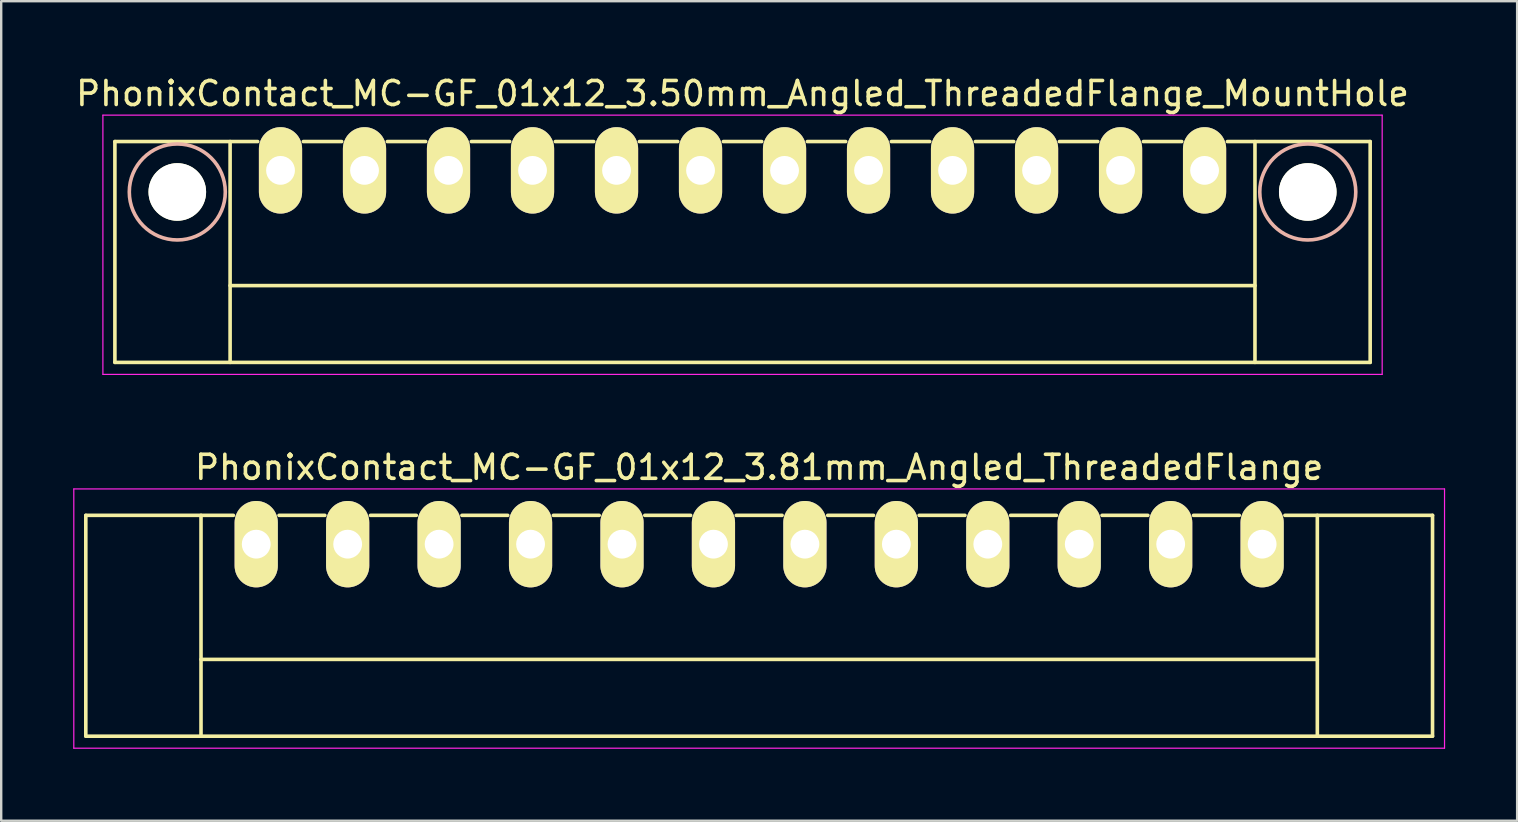
<source format=kicad_pcb>
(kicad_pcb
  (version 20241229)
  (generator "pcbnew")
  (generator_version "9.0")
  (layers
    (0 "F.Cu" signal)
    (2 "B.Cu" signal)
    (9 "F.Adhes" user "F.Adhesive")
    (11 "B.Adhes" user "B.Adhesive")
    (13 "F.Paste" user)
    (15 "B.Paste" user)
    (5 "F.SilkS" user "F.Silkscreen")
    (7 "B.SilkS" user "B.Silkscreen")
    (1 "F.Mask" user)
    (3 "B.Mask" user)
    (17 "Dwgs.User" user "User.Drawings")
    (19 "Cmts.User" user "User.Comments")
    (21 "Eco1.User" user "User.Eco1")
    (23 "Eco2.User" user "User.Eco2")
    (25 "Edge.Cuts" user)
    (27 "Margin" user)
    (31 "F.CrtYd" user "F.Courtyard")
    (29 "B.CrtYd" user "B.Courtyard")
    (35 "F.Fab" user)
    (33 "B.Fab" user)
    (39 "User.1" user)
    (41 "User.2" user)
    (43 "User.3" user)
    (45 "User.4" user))
  (footprint "PhonixContact_MC-GF_01x12_3.50mm_Angled_ThreadedFlange_MountHole"
    (layer "F.Cu")
    (at 8.637 4.048)
    (property "Reference" "PhonixContact_MC-GF_01x12_3.50mm_Angled_ThreadedFlange_MountHole" (at 19.25 -3.2 0) (layer "F.SilkS") (effects (font (size 1 1) (thickness 0.15))))
    (attr through_hole)
    (fp_line (start -6.9 -1.2) (end -6.9 8) (stroke (width 0.15) (type solid)) (layer "F.SilkS"))
    (fp_line (start -6.9 -1.2) (end -0.95 -1.2) (stroke (width 0.15) (type solid)) (layer "F.SilkS"))
    (fp_line (start -6.9 8) (end 45.4 8) (stroke (width 0.15) (type solid)) (layer "F.SilkS"))
    (fp_line (start -2.1 -1.2) (end -2.1 8) (stroke (width 0.15) (type solid)) (layer "F.SilkS"))
    (fp_line (start -2.1 4.8) (end 40.6 4.8) (stroke (width 0.15) (type solid)) (layer "F.SilkS"))
    (fp_line (start 0.95 -1.2) (end 2.55 -1.2) (stroke (width 0.15) (type solid)) (layer "F.SilkS"))
    (fp_line (start 4.45 -1.2) (end 6.05 -1.2) (stroke (width 0.15) (type solid)) (layer "F.SilkS"))
    (fp_line (start 7.95 -1.2) (end 9.55 -1.2) (stroke (width 0.15) (type solid)) (layer "F.SilkS"))
    (fp_line (start 11.45 -1.2) (end 13.05 -1.2) (stroke (width 0.15) (type solid)) (layer "F.SilkS"))
    (fp_line (start 14.95 -1.2) (end 16.55 -1.2) (stroke (width 0.15) (type solid)) (layer "F.SilkS"))
    (fp_line (start 18.45 -1.2) (end 20.05 -1.2) (stroke (width 0.15) (type solid)) (layer "F.SilkS"))
    (fp_line (start 21.95 -1.2) (end 23.55 -1.2) (stroke (width 0.15) (type solid)) (layer "F.SilkS"))
    (fp_line (start 25.45 -1.2) (end 27.05 -1.2) (stroke (width 0.15) (type solid)) (layer "F.SilkS"))
    (fp_line (start 28.95 -1.2) (end 30.55 -1.2) (stroke (width 0.15) (type solid)) (layer "F.SilkS"))
    (fp_line (start 32.45 -1.2) (end 34.05 -1.2) (stroke (width 0.15) (type solid)) (layer "F.SilkS"))
    (fp_line (start 35.95 -1.2) (end 37.55 -1.2) (stroke (width 0.15) (type solid)) (layer "F.SilkS"))
    (fp_line (start 40.6 -1.2) (end 40.6 8) (stroke (width 0.15) (type solid)) (layer "F.SilkS"))
    (fp_line (start 45.4 -1.2) (end 39.45 -1.2) (stroke (width 0.15) (type solid)) (layer "F.SilkS"))
    (fp_line (start 45.4 8) (end 45.4 -1.2) (stroke (width 0.15) (type solid)) (layer "F.SilkS"))
    (fp_circle (center -4.3 0.9) (end -2.3 0.9) (stroke (width 0.15) (type solid)) (fill no) (layer "B.SilkS"))
    (fp_circle (center 42.8 0.9) (end 44.8 0.9) (stroke (width 0.15) (type solid)) (fill no) (layer "B.SilkS"))
    (fp_line (start -7.4 -2.3) (end -7.4 8.5) (stroke (width 0.05) (type solid)) (layer "F.CrtYd"))
    (fp_line (start -7.4 8.5) (end 45.9 8.5) (stroke (width 0.05) (type solid)) (layer "F.CrtYd"))
    (fp_line (start 45.9 -2.3) (end -7.4 -2.3) (stroke (width 0.05) (type solid)) (layer "F.CrtYd"))
    (fp_line (start 45.9 8.5) (end 45.9 -2.3) (stroke (width 0.05) (type solid)) (layer "F.CrtYd"))
    (pad "" np_thru_hole circle (at -4.3 0.9) (size 2.4 2.4) (drill 2.4) (layers "*.Cu" "*.Mask" "F.SilkS"))
    (pad "" np_thru_hole circle (at 42.8 0.9) (size 2.4 2.4) (drill 2.4) (layers "*.Cu" "*.Mask" "F.SilkS"))
    (pad "1" thru_hole oval (at 0 0) (size 1.8 3.6) (drill 1.2) (layers "*.Cu" "*.Mask" "F.SilkS"))
    (pad "2" thru_hole oval (at 3.5 0) (size 1.8 3.6) (drill 1.2) (layers "*.Cu" "*.Mask" "F.SilkS"))
    (pad "3" thru_hole oval (at 7 0) (size 1.8 3.6) (drill 1.2) (layers "*.Cu" "*.Mask" "F.SilkS"))
    (pad "4" thru_hole oval (at 10.5 0) (size 1.8 3.6) (drill 1.2) (layers "*.Cu" "*.Mask" "F.SilkS"))
    (pad "5" thru_hole oval (at 14 0) (size 1.8 3.6) (drill 1.2) (layers "*.Cu" "*.Mask" "F.SilkS"))
    (pad "6" thru_hole oval (at 17.5 0) (size 1.8 3.6) (drill 1.2) (layers "*.Cu" "*.Mask" "F.SilkS"))
    (pad "7" thru_hole oval (at 21 0) (size 1.8 3.6) (drill 1.2) (layers "*.Cu" "*.Mask" "F.SilkS"))
    (pad "8" thru_hole oval (at 24.5 0) (size 1.8 3.6) (drill 1.2) (layers "*.Cu" "*.Mask" "F.SilkS"))
    (pad "9" thru_hole oval (at 28 0) (size 1.8 3.6) (drill 1.2) (layers "*.Cu" "*.Mask" "F.SilkS"))
    (pad "10" thru_hole oval (at 31.5 0) (size 1.8 3.6) (drill 1.2) (layers "*.Cu" "*.Mask" "F.SilkS"))
    (pad "11" thru_hole oval (at 35 0) (size 1.8 3.6) (drill 1.2) (layers "*.Cu" "*.Mask" "F.SilkS"))
    (pad "12" thru_hole oval (at 38.5 0) (size 1.8 3.6) (drill 1.2) (layers "*.Cu" "*.Mask" "F.SilkS")))
  (footprint "PhonixContact_MC-GF_01x12_3.81mm_Angled_ThreadedFlange"
    (layer "F.Cu")
    (at 7.625 19.622)
    (property "Reference" "PhonixContact_MC-GF_01x12_3.81mm_Angled_ThreadedFlange" (at 20.955 -3.2 0) (layer "F.SilkS") (effects (font (size 1 1) (thickness 0.15))))
    (attr through_hole)
    (fp_line (start -7.1 -1.2) (end -7.1 8) (stroke (width 0.15) (type solid)) (layer "F.SilkS"))
    (fp_line (start -7.1 -1.2) (end -0.95 -1.2) (stroke (width 0.15) (type solid)) (layer "F.SilkS"))
    (fp_line (start -7.1 8) (end 49.01 8) (stroke (width 0.15) (type solid)) (layer "F.SilkS"))
    (fp_line (start -2.3 -1.2) (end -2.3 8) (stroke (width 0.15) (type solid)) (layer "F.SilkS"))
    (fp_line (start -2.3 4.8) (end 44.21 4.8) (stroke (width 0.15) (type solid)) (layer "F.SilkS"))
    (fp_line (start 0.95 -1.2) (end 2.86 -1.2) (stroke (width 0.15) (type solid)) (layer "F.SilkS"))
    (fp_line (start 4.76 -1.2) (end 6.67 -1.2) (stroke (width 0.15) (type solid)) (layer "F.SilkS"))
    (fp_line (start 8.57 -1.2) (end 10.48 -1.2) (stroke (width 0.15) (type solid)) (layer "F.SilkS"))
    (fp_line (start 12.38 -1.2) (end 14.29 -1.2) (stroke (width 0.15) (type solid)) (layer "F.SilkS"))
    (fp_line (start 16.19 -1.2) (end 18.1 -1.2) (stroke (width 0.15) (type solid)) (layer "F.SilkS"))
    (fp_line (start 20 -1.2) (end 21.91 -1.2) (stroke (width 0.15) (type solid)) (layer "F.SilkS"))
    (fp_line (start 23.81 -1.2) (end 25.72 -1.2) (stroke (width 0.15) (type solid)) (layer "F.SilkS"))
    (fp_line (start 27.62 -1.2) (end 29.53 -1.2) (stroke (width 0.15) (type solid)) (layer "F.SilkS"))
    (fp_line (start 31.43 -1.2) (end 33.34 -1.2) (stroke (width 0.15) (type solid)) (layer "F.SilkS"))
    (fp_line (start 35.24 -1.2) (end 37.15 -1.2) (stroke (width 0.15) (type solid)) (layer "F.SilkS"))
    (fp_line (start 39.05 -1.2) (end 40.96 -1.2) (stroke (width 0.15) (type solid)) (layer "F.SilkS"))
    (fp_line (start 44.21 -1.2) (end 44.21 8) (stroke (width 0.15) (type solid)) (layer "F.SilkS"))
    (fp_line (start 49.01 -1.2) (end 42.86 -1.2) (stroke (width 0.15) (type solid)) (layer "F.SilkS"))
    (fp_line (start 49.01 8) (end 49.01 -1.2) (stroke (width 0.15) (type solid)) (layer "F.SilkS"))
    (fp_line (start -7.6 -2.3) (end -7.6 8.5) (stroke (width 0.05) (type solid)) (layer "F.CrtYd"))
    (fp_line (start -7.6 8.5) (end 49.51 8.5) (stroke (width 0.05) (type solid)) (layer "F.CrtYd"))
    (fp_line (start 49.51 -2.3) (end -7.6 -2.3) (stroke (width 0.05) (type solid)) (layer "F.CrtYd"))
    (fp_line (start 49.51 8.5) (end 49.51 -2.3) (stroke (width 0.05) (type solid)) (layer "F.CrtYd"))
    (pad "1" thru_hole oval (at 0 0) (size 1.8 3.6) (drill 1.2) (layers "*.Cu" "*.Mask" "F.SilkS"))
    (pad "2" thru_hole oval (at 3.81 0) (size 1.8 3.6) (drill 1.2) (layers "*.Cu" "*.Mask" "F.SilkS"))
    (pad "3" thru_hole oval (at 7.62 0) (size 1.8 3.6) (drill 1.2) (layers "*.Cu" "*.Mask" "F.SilkS"))
    (pad "4" thru_hole oval (at 11.43 0) (size 1.8 3.6) (drill 1.2) (layers "*.Cu" "*.Mask" "F.SilkS"))
    (pad "5" thru_hole oval (at 15.24 0) (size 1.8 3.6) (drill 1.2) (layers "*.Cu" "*.Mask" "F.SilkS"))
    (pad "6" thru_hole oval (at 19.05 0) (size 1.8 3.6) (drill 1.2) (layers "*.Cu" "*.Mask" "F.SilkS"))
    (pad "7" thru_hole oval (at 22.86 0) (size 1.8 3.6) (drill 1.2) (layers "*.Cu" "*.Mask" "F.SilkS"))
    (pad "8" thru_hole oval (at 26.67 0) (size 1.8 3.6) (drill 1.2) (layers "*.Cu" "*.Mask" "F.SilkS"))
    (pad "9" thru_hole oval (at 30.48 0) (size 1.8 3.6) (drill 1.2) (layers "*.Cu" "*.Mask" "F.SilkS"))
    (pad "10" thru_hole oval (at 34.29 0) (size 1.8 3.6) (drill 1.2) (layers "*.Cu" "*.Mask" "F.SilkS"))
    (pad "11" thru_hole oval (at 38.1 0) (size 1.8 3.6) (drill 1.2) (layers "*.Cu" "*.Mask" "F.SilkS"))
    (pad "12" thru_hole oval (at 41.91 0) (size 1.8 3.6) (drill 1.2) (layers "*.Cu" "*.Mask" "F.SilkS")))
  (gr_rect
    (start -3 -3)
    (end 60.16 31.146)
    (stroke (width 0.1) (type default))
    (fill no)
    (layer "Edge.Cuts")))
</source>
